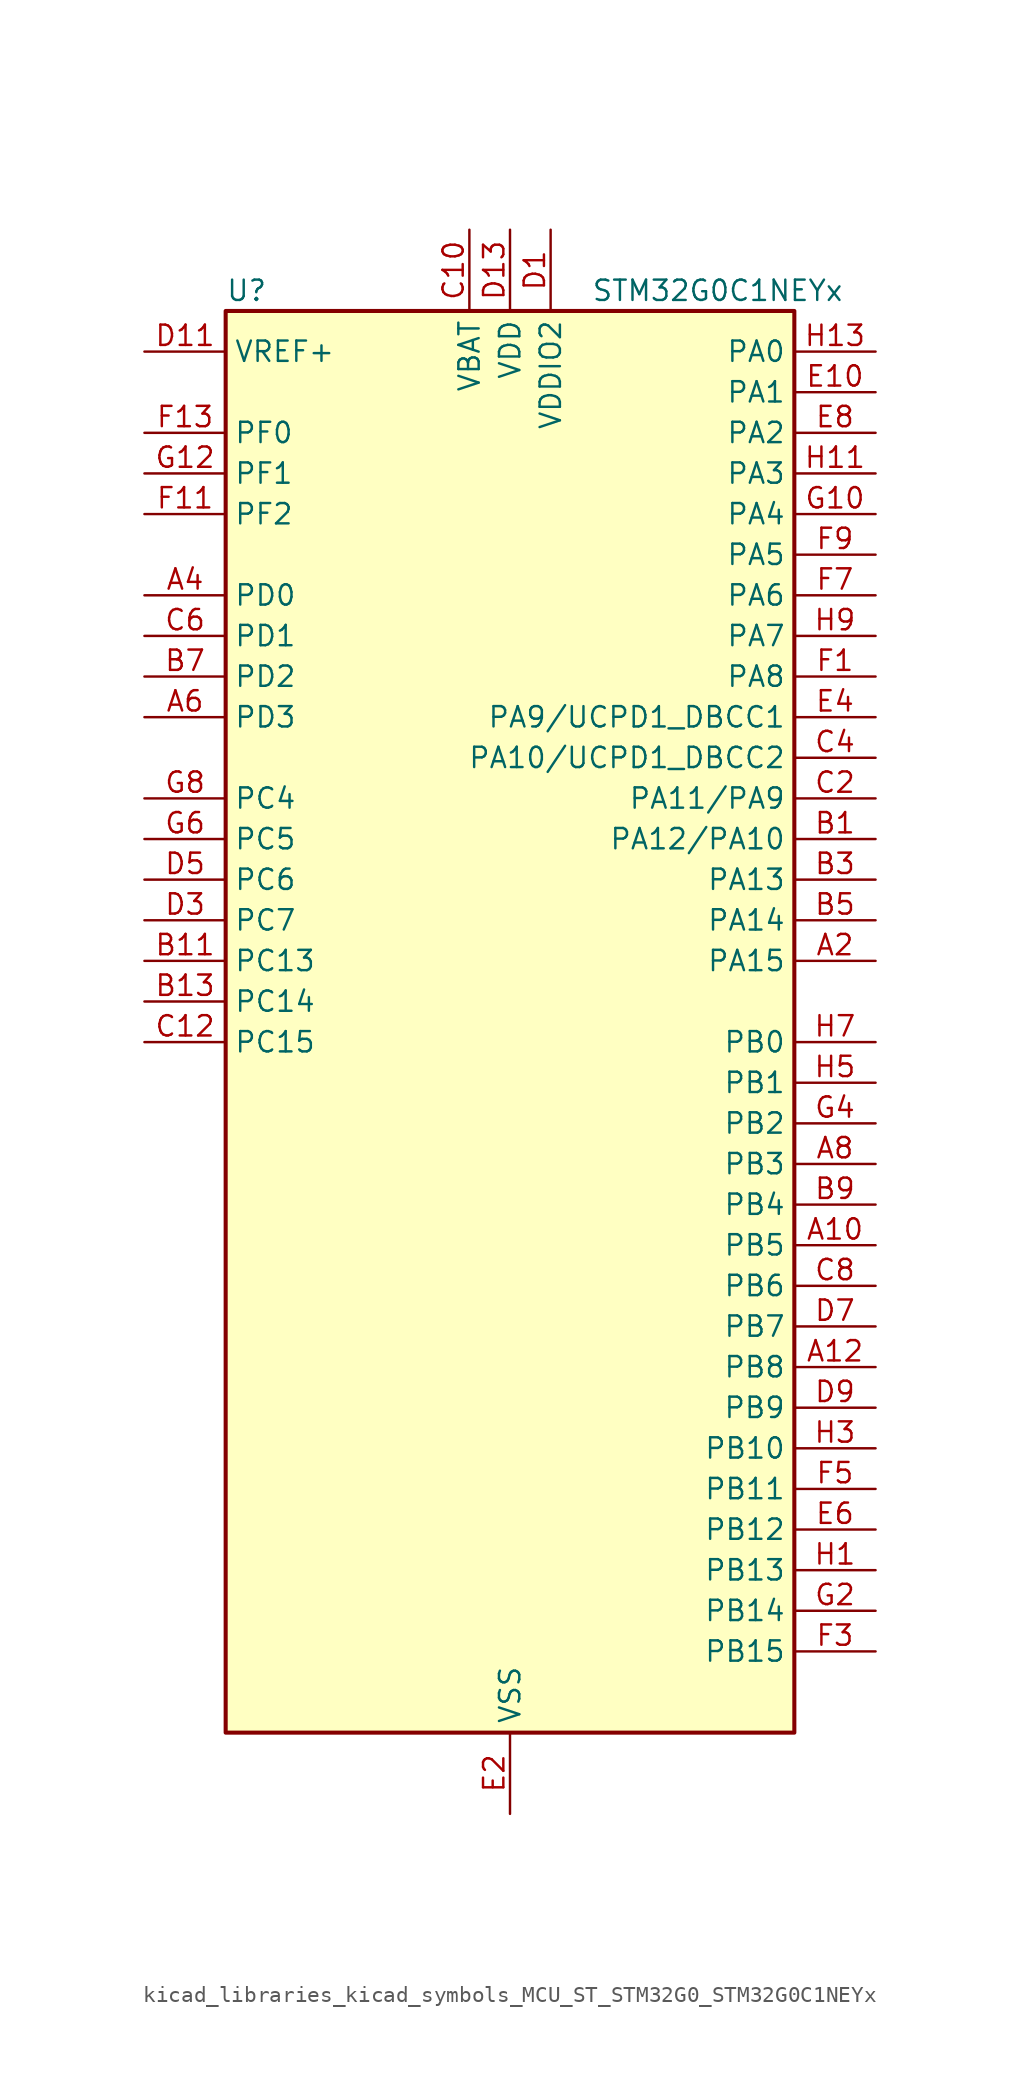
<source format=kicad_sym>
(kicad_symbol_lib
  (version 20220914)
  (generator kicad_symbol_editor)
  (symbol "kicad_libraries_kicad_symbols_MCU_ST_STM32G0_STM32G0C1NEYx"
    (property "Reference" "U"
      (at -17.78 46.99 0)
      (effects (font (size 1.27 1.27)) (justify left)))
    (property "Value" "STM32G0C1NEYx"
      (at 5.08 46.99 0)
      (effects (font (size 1.27 1.27)) (justify left)))
    (property "ki_locked" ""
      (at 0 0 0)
      (effects (font (size 1.27 1.27))))
    (symbol "kicad_libraries_kicad_symbols_MCU_ST_STM32G0_STM32G0C1NEYx_0_1"
      (rectangle (start -17.78 -43.18) (end 17.78 45.72) (stroke (width 0.254) (type default)) (fill (type background))))
    (symbol "kicad_libraries_kicad_symbols_MCU_ST_STM32G0_STM32G0C1NEYx_1_1"
      (pin bidirectional line (at 22.86 -12.7 180) (length 5.08) (name "PB5" (effects (font (size 1.27 1.27)))) (number "A10" (effects (font (size 1.27 1.27)))) (alternate "COMP2_OUT" bidirectional line) (alternate "FDCAN2_RX" bidirectional line) (alternate "I2C1_SMBA" bidirectional line) (alternate "I2S1_SD" bidirectional line) (alternate "LPTIM1_IN1" bidirectional line) (alternate "SPI1_MOSI" bidirectional line) (alternate "SPI3_MOSI" bidirectional line) (alternate "SYS_WKUP6" bidirectional line) (alternate "TIM16_BK" bidirectional line) (alternate "TIM3_CH2" bidirectional line) (alternate "USART5_CK" bidirectional line) (alternate "USART5_DE" bidirectional line) (alternate "USART5_RTS" bidirectional line))
      (pin bidirectional line (at 22.86 -20.32 180) (length 5.08) (name "PB8" (effects (font (size 1.27 1.27)))) (number "A12" (effects (font (size 1.27 1.27)))) (alternate "CEC" bidirectional line) (alternate "FDCAN1_RX" bidirectional line) (alternate "I2C1_SCL" bidirectional line) (alternate "I2S2_CK" bidirectional line) (alternate "SPI2_SCK" bidirectional line) (alternate "TIM15_BK" bidirectional line) (alternate "TIM16_CH1" bidirectional line) (alternate "TIM4_CH3" bidirectional line) (alternate "USART3_TX" bidirectional line) (alternate "USART6_TX" bidirectional line))
      (pin bidirectional line (at 22.86 5.08 180) (length 5.08) (name "PA15" (effects (font (size 1.27 1.27)))) (number "A2" (effects (font (size 1.27 1.27)))) (alternate "I2C2_SMBA" bidirectional line) (alternate "I2S1_WS" bidirectional line) (alternate "RCC_MCO_2" bidirectional line) (alternate "SPI1_NSS" bidirectional line) (alternate "SPI3_NSS" bidirectional line) (alternate "TIM2_CH1" bidirectional line) (alternate "TIM2_ETR" bidirectional line) (alternate "USART2_RX" bidirectional line) (alternate "USART3_CK" bidirectional line) (alternate "USART3_DE" bidirectional line) (alternate "USART3_RTS" bidirectional line) (alternate "USART4_CK" bidirectional line) (alternate "USART4_DE" bidirectional line) (alternate "USART4_RTS" bidirectional line) (alternate "USB_NOE" bidirectional line))
      (pin bidirectional line (at -22.86 27.94 0) (length 5.08) (name "PD0" (effects (font (size 1.27 1.27)))) (number "A4" (effects (font (size 1.27 1.27)))) (alternate "FDCAN1_RX" bidirectional line) (alternate "I2S2_WS" bidirectional line) (alternate "SPI2_NSS" bidirectional line) (alternate "TIM16_CH1" bidirectional line) (alternate "UCPD2_CC1" bidirectional line))
      (pin bidirectional line (at -22.86 20.32 0) (length 5.08) (name "PD3" (effects (font (size 1.27 1.27)))) (number "A6" (effects (font (size 1.27 1.27)))) (alternate "I2S2_MCK" bidirectional line) (alternate "SPI2_MISO" bidirectional line) (alternate "TIM1_CH2N" bidirectional line) (alternate "UCPD2_DBCC2" bidirectional line) (alternate "USART2_CTS" bidirectional line) (alternate "USART2_NSS" bidirectional line) (alternate "USART5_TX" bidirectional line))
      (pin bidirectional line (at 22.86 -7.62 180) (length 5.08) (name "PB3" (effects (font (size 1.27 1.27)))) (number "A8" (effects (font (size 1.27 1.27)))) (alternate "COMP2_INM" bidirectional line) (alternate "I2C2_SCL" bidirectional line) (alternate "I2C3_SCL" bidirectional line) (alternate "I2S1_CK" bidirectional line) (alternate "SPI1_SCK" bidirectional line) (alternate "SPI3_SCK" bidirectional line) (alternate "TIM1_CH2" bidirectional line) (alternate "TIM2_CH2" bidirectional line) (alternate "USART1_CK" bidirectional line) (alternate "USART1_DE" bidirectional line) (alternate "USART1_RTS" bidirectional line) (alternate "USART5_TX" bidirectional line))
      (pin bidirectional line (at 22.86 12.7 180) (length 5.08) (name "PA12/PA10" (effects (font (size 1.27 1.27)))) (number "B1" (effects (font (size 1.27 1.27)))) (alternate "COMP2_OUT" bidirectional line) (alternate "FDCAN1_TX" bidirectional line) (alternate "I2C2_SDA" bidirectional line) (alternate "I2S1_SD" bidirectional line) (alternate "I2S_CKIN" bidirectional line) (alternate "SPI1_MOSI" bidirectional line) (alternate "TIM1_ETR" bidirectional line) (alternate "USART1_CK" bidirectional line) (alternate "USART1_DE" bidirectional line) (alternate "USART1_RTS" bidirectional line) (alternate "USB_DP" bidirectional line))
      (pin bidirectional line (at -22.86 5.08 0) (length 5.08) (name "PC13" (effects (font (size 1.27 1.27)))) (number "B11" (effects (font (size 1.27 1.27)))) (alternate "RTC_OUT1" bidirectional line) (alternate "RTC_TAMP_IN1" bidirectional line) (alternate "RTC_TS" bidirectional line) (alternate "SYS_WKUP2" bidirectional line) (alternate "TIM1_BK" bidirectional line))
      (pin bidirectional line (at -22.86 2.54 0) (length 5.08) (name "PC14" (effects (font (size 1.27 1.27)))) (number "B13" (effects (font (size 1.27 1.27)))) (alternate "RCC_OSC32_IN" bidirectional line) (alternate "TIM1_BK2" bidirectional line))
      (pin bidirectional line (at 22.86 10.16 180) (length 5.08) (name "PA13" (effects (font (size 1.27 1.27)))) (number "B3" (effects (font (size 1.27 1.27)))) (alternate "IR_OUT" bidirectional line) (alternate "LPUART2_RX" bidirectional line) (alternate "SYS_SWDIO" bidirectional line) (alternate "USB_NOE" bidirectional line))
      (pin bidirectional line (at 22.86 7.62 180) (length 5.08) (name "PA14" (effects (font (size 1.27 1.27)))) (number "B5" (effects (font (size 1.27 1.27)))) (alternate "LPUART2_TX" bidirectional line) (alternate "SYS_SWCLK" bidirectional line) (alternate "USART2_TX" bidirectional line))
      (pin bidirectional line (at -22.86 22.86 0) (length 5.08) (name "PD2" (effects (font (size 1.27 1.27)))) (number "B7" (effects (font (size 1.27 1.27)))) (alternate "TIM1_CH1N" bidirectional line) (alternate "TIM3_ETR" bidirectional line) (alternate "UCPD2_CC2" bidirectional line) (alternate "USART3_CK" bidirectional line) (alternate "USART3_DE" bidirectional line) (alternate "USART3_RTS" bidirectional line) (alternate "USART5_RX" bidirectional line))
      (pin bidirectional line (at 22.86 -10.16 180) (length 5.08) (name "PB4" (effects (font (size 1.27 1.27)))) (number "B9" (effects (font (size 1.27 1.27)))) (alternate "COMP2_INP" bidirectional line) (alternate "I2C2_SDA" bidirectional line) (alternate "I2C3_SDA" bidirectional line) (alternate "I2S1_MCK" bidirectional line) (alternate "SPI1_MISO" bidirectional line) (alternate "SPI3_MISO" bidirectional line) (alternate "TIM17_BK" bidirectional line) (alternate "TIM3_CH1" bidirectional line) (alternate "USART1_CTS" bidirectional line) (alternate "USART1_NSS" bidirectional line) (alternate "USART5_RX" bidirectional line))
      (pin power_in line (at -2.54 50.8 270) (length 5.08) (name "VBAT" (effects (font (size 1.27 1.27)))) (number "C10" (effects (font (size 1.27 1.27)))))
      (pin bidirectional line (at -22.86 0 0) (length 5.08) (name "PC15" (effects (font (size 1.27 1.27)))) (number "C12" (effects (font (size 1.27 1.27)))) (alternate "RCC_OSC32_EN" bidirectional line) (alternate "RCC_OSC32_OUT" bidirectional line) (alternate "RCC_OSC_EN" bidirectional line) (alternate "TIM15_BK" bidirectional line))
      (pin bidirectional line (at 22.86 15.24 180) (length 5.08) (name "PA11/PA9" (effects (font (size 1.27 1.27)))) (number "C2" (effects (font (size 1.27 1.27)))) (alternate "ADC1_EXTI11" bidirectional line) (alternate "COMP1_OUT" bidirectional line) (alternate "FDCAN1_RX" bidirectional line) (alternate "I2C2_SCL" bidirectional line) (alternate "I2S1_MCK" bidirectional line) (alternate "SPI1_MISO" bidirectional line) (alternate "TIM1_BK2" bidirectional line) (alternate "TIM1_CH4" bidirectional line) (alternate "USART1_CTS" bidirectional line) (alternate "USART1_NSS" bidirectional line) (alternate "USB_DM" bidirectional line))
      (pin bidirectional line (at 22.86 17.78 180) (length 5.08) (name "PA10/UCPD1_DBCC2" (effects (font (size 1.27 1.27)))) (number "C4" (effects (font (size 1.27 1.27)))) (alternate "I2C1_SDA" bidirectional line) (alternate "I2C2_SDA" bidirectional line) (alternate "I2S2_SD" bidirectional line) (alternate "RCC_MCO_2" bidirectional line) (alternate "SPI2_MOSI" bidirectional line) (alternate "TIM17_BK" bidirectional line) (alternate "TIM1_CH3" bidirectional line) (alternate "UCPD1_DBCC2" bidirectional line) (alternate "USART1_RX" bidirectional line))
      (pin bidirectional line (at -22.86 25.4 0) (length 5.08) (name "PD1" (effects (font (size 1.27 1.27)))) (number "C6" (effects (font (size 1.27 1.27)))) (alternate "FDCAN1_TX" bidirectional line) (alternate "I2S2_CK" bidirectional line) (alternate "SPI2_SCK" bidirectional line) (alternate "TIM17_CH1" bidirectional line) (alternate "UCPD2_DBCC1" bidirectional line))
      (pin bidirectional line (at 22.86 -15.24 180) (length 5.08) (name "PB6" (effects (font (size 1.27 1.27)))) (number "C8" (effects (font (size 1.27 1.27)))) (alternate "COMP2_INP" bidirectional line) (alternate "FDCAN2_TX" bidirectional line) (alternate "I2C1_SCL" bidirectional line) (alternate "I2S2_MCK" bidirectional line) (alternate "LPTIM1_ETR" bidirectional line) (alternate "LPUART2_TX" bidirectional line) (alternate "SPI2_MISO" bidirectional line) (alternate "TIM16_CH1N" bidirectional line) (alternate "TIM1_CH3" bidirectional line) (alternate "TIM4_CH1" bidirectional line) (alternate "USART1_TX" bidirectional line) (alternate "USART5_CTS" bidirectional line) (alternate "USART5_NSS" bidirectional line))
      (pin power_in line (at 2.54 50.8 270) (length 5.08) (name "VDDIO2" (effects (font (size 1.27 1.27)))) (number "D1" (effects (font (size 1.27 1.27)))))
      (pin input line (at -22.86 43.18 0) (length 5.08) (name "VREF+" (effects (font (size 1.27 1.27)))) (number "D11" (effects (font (size 1.27 1.27)))) (alternate "VREFBUF_OUT" bidirectional line))
      (pin power_in line (at 0 50.8 270) (length 5.08) (name "VDD" (effects (font (size 1.27 1.27)))) (number "D13" (effects (font (size 1.27 1.27)))))
      (pin bidirectional line (at -22.86 7.62 0) (length 5.08) (name "PC7" (effects (font (size 1.27 1.27)))) (number "D3" (effects (font (size 1.27 1.27)))) (alternate "LPUART2_RX" bidirectional line) (alternate "TIM2_CH4" bidirectional line) (alternate "TIM3_CH2" bidirectional line) (alternate "UCPD2_FRSTX1" bidirectional line) (alternate "UCPD2_FRSTX2" bidirectional line))
      (pin bidirectional line (at -22.86 10.16 0) (length 5.08) (name "PC6" (effects (font (size 1.27 1.27)))) (number "D5" (effects (font (size 1.27 1.27)))) (alternate "LPUART2_TX" bidirectional line) (alternate "TIM2_CH3" bidirectional line) (alternate "TIM3_CH1" bidirectional line) (alternate "UCPD1_FRSTX1" bidirectional line) (alternate "UCPD1_FRSTX2" bidirectional line))
      (pin bidirectional line (at 22.86 -17.78 180) (length 5.08) (name "PB7" (effects (font (size 1.27 1.27)))) (number "D7" (effects (font (size 1.27 1.27)))) (alternate "COMP2_INM" bidirectional line) (alternate "I2C1_SDA" bidirectional line) (alternate "I2S2_SD" bidirectional line) (alternate "LPTIM1_IN2" bidirectional line) (alternate "LPUART2_RX" bidirectional line) (alternate "SPI2_MOSI" bidirectional line) (alternate "SYS_PVD_IN" bidirectional line) (alternate "TIM17_CH1N" bidirectional line) (alternate "TIM4_CH2" bidirectional line) (alternate "USART1_RX" bidirectional line) (alternate "USART4_CTS" bidirectional line) (alternate "USART4_NSS" bidirectional line))
      (pin bidirectional line (at 22.86 -22.86 180) (length 5.08) (name "PB9" (effects (font (size 1.27 1.27)))) (number "D9" (effects (font (size 1.27 1.27)))) (alternate "DAC1_EXTI9" bidirectional line) (alternate "FDCAN1_TX" bidirectional line) (alternate "I2C1_SDA" bidirectional line) (alternate "I2S2_WS" bidirectional line) (alternate "IR_OUT" bidirectional line) (alternate "SPI2_NSS" bidirectional line) (alternate "TIM17_CH1" bidirectional line) (alternate "TIM4_CH4" bidirectional line) (alternate "UCPD2_FRSTX1" bidirectional line) (alternate "UCPD2_FRSTX2" bidirectional line) (alternate "USART3_RX" bidirectional line) (alternate "USART6_RX" bidirectional line))
      (pin bidirectional line (at 22.86 40.64 180) (length 5.08) (name "PA1" (effects (font (size 1.27 1.27)))) (number "E10" (effects (font (size 1.27 1.27)))) (alternate "ADC1_IN1" bidirectional line) (alternate "COMP1_INP" bidirectional line) (alternate "I2C1_SMBA" bidirectional line) (alternate "I2S1_CK" bidirectional line) (alternate "SPI1_SCK" bidirectional line) (alternate "TIM15_CH1N" bidirectional line) (alternate "TIM2_CH2" bidirectional line) (alternate "USART2_CK" bidirectional line) (alternate "USART2_DE" bidirectional line) (alternate "USART2_RTS" bidirectional line) (alternate "USART4_RX" bidirectional line))
      (pin passive line (at 0 -48.26 90) (length 5.08) hide (name "VSS" (effects (font (size 1.27 1.27)))) (number "E12" (effects (font (size 1.27 1.27)))))
      (pin power_in line (at 0 -48.26 90) (length 5.08) (name "VSS" (effects (font (size 1.27 1.27)))) (number "E2" (effects (font (size 1.27 1.27)))))
      (pin bidirectional line (at 22.86 20.32 180) (length 5.08) (name "PA9/UCPD1_DBCC1" (effects (font (size 1.27 1.27)))) (number "E4" (effects (font (size 1.27 1.27)))) (alternate "DAC1_EXTI9" bidirectional line) (alternate "I2C1_SCL" bidirectional line) (alternate "I2C2_SCL" bidirectional line) (alternate "I2S2_MCK" bidirectional line) (alternate "RCC_MCO" bidirectional line) (alternate "SPI2_MISO" bidirectional line) (alternate "TIM15_BK" bidirectional line) (alternate "TIM1_CH2" bidirectional line) (alternate "UCPD1_DBCC1" bidirectional line) (alternate "USART1_TX" bidirectional line))
      (pin bidirectional line (at 22.86 -30.48 180) (length 5.08) (name "PB12" (effects (font (size 1.27 1.27)))) (number "E6" (effects (font (size 1.27 1.27)))) (alternate "ADC1_IN16" bidirectional line) (alternate "FDCAN2_RX" bidirectional line) (alternate "I2C2_SMBA" bidirectional line) (alternate "I2S2_WS" bidirectional line) (alternate "LPUART1_DE" bidirectional line) (alternate "LPUART1_RTS" bidirectional line) (alternate "SPI2_NSS" bidirectional line) (alternate "TIM15_BK" bidirectional line) (alternate "TIM1_BK" bidirectional line) (alternate "UCPD2_FRSTX1" bidirectional line) (alternate "UCPD2_FRSTX2" bidirectional line))
      (pin bidirectional line (at 22.86 38.1 180) (length 5.08) (name "PA2" (effects (font (size 1.27 1.27)))) (number "E8" (effects (font (size 1.27 1.27)))) (alternate "ADC1_IN2" bidirectional line) (alternate "COMP2_INM" bidirectional line) (alternate "COMP2_OUT" bidirectional line) (alternate "I2S1_SD" bidirectional line) (alternate "LPUART1_TX" bidirectional line) (alternate "RCC_LSCO" bidirectional line) (alternate "SPI1_MOSI" bidirectional line) (alternate "SYS_WKUP4" bidirectional line) (alternate "TIM15_CH1" bidirectional line) (alternate "TIM2_CH3" bidirectional line) (alternate "UCPD1_FRSTX1" bidirectional line) (alternate "UCPD1_FRSTX2" bidirectional line) (alternate "USART2_TX" bidirectional line))
      (pin bidirectional line (at 22.86 22.86 180) (length 5.08) (name "PA8" (effects (font (size 1.27 1.27)))) (number "F1" (effects (font (size 1.27 1.27)))) (alternate "CRS1_SYNC" bidirectional line) (alternate "I2C2_SMBA" bidirectional line) (alternate "I2S2_WS" bidirectional line) (alternate "LPTIM2_OUT" bidirectional line) (alternate "RCC_MCO" bidirectional line) (alternate "SPI2_NSS" bidirectional line) (alternate "TIM1_CH1" bidirectional line) (alternate "UCPD1_CC1" bidirectional line))
      (pin bidirectional line (at -22.86 33.02 0) (length 5.08) (name "PF2" (effects (font (size 1.27 1.27)))) (number "F11" (effects (font (size 1.27 1.27)))) (alternate "LPUART2_DE" bidirectional line) (alternate "LPUART2_RTS" bidirectional line) (alternate "LPUART2_TX" bidirectional line) (alternate "RCC_MCO" bidirectional line))
      (pin bidirectional line (at -22.86 38.1 0) (length 5.08) (name "PF0" (effects (font (size 1.27 1.27)))) (number "F13" (effects (font (size 1.27 1.27)))) (alternate "CRS1_SYNC" bidirectional line) (alternate "RCC_OSC_IN" bidirectional line) (alternate "TIM14_CH1" bidirectional line))
      (pin bidirectional line (at 22.86 -38.1 180) (length 5.08) (name "PB15" (effects (font (size 1.27 1.27)))) (number "F3" (effects (font (size 1.27 1.27)))) (alternate "I2S2_SD" bidirectional line) (alternate "RTC_REFIN" bidirectional line) (alternate "SPI2_MOSI" bidirectional line) (alternate "TIM15_CH1N" bidirectional line) (alternate "TIM15_CH2" bidirectional line) (alternate "TIM1_CH3N" bidirectional line) (alternate "UCPD1_CC2" bidirectional line) (alternate "USART6_CTS" bidirectional line) (alternate "USART6_NSS" bidirectional line))
      (pin bidirectional line (at 22.86 -27.94 180) (length 5.08) (name "PB11" (effects (font (size 1.27 1.27)))) (number "F5" (effects (font (size 1.27 1.27)))) (alternate "ADC1_EXTI11" bidirectional line) (alternate "ADC1_IN15" bidirectional line) (alternate "COMP2_OUT" bidirectional line) (alternate "I2C2_SDA" bidirectional line) (alternate "I2S2_SD" bidirectional line) (alternate "LPUART1_TX" bidirectional line) (alternate "SPI2_MOSI" bidirectional line) (alternate "TIM2_CH4" bidirectional line) (alternate "USART3_RX" bidirectional line))
      (pin bidirectional line (at 22.86 27.94 180) (length 5.08) (name "PA6" (effects (font (size 1.27 1.27)))) (number "F7" (effects (font (size 1.27 1.27)))) (alternate "ADC1_IN6" bidirectional line) (alternate "COMP1_OUT" bidirectional line) (alternate "I2C2_SDA" bidirectional line) (alternate "I2C3_SDA" bidirectional line) (alternate "I2S1_MCK" bidirectional line) (alternate "LPUART1_CTS" bidirectional line) (alternate "SPI1_MISO" bidirectional line) (alternate "TIM16_CH1" bidirectional line) (alternate "TIM1_BK" bidirectional line) (alternate "TIM3_CH1" bidirectional line) (alternate "USART3_CTS" bidirectional line) (alternate "USART3_NSS" bidirectional line) (alternate "USART6_CTS" bidirectional line) (alternate "USART6_NSS" bidirectional line))
      (pin bidirectional line (at 22.86 30.48 180) (length 5.08) (name "PA5" (effects (font (size 1.27 1.27)))) (number "F9" (effects (font (size 1.27 1.27)))) (alternate "ADC1_IN5" bidirectional line) (alternate "CEC" bidirectional line) (alternate "DAC1_OUT2" bidirectional line) (alternate "I2S1_CK" bidirectional line) (alternate "LPTIM2_ETR" bidirectional line) (alternate "SPI1_SCK" bidirectional line) (alternate "TIM2_CH1" bidirectional line) (alternate "TIM2_ETR" bidirectional line) (alternate "UCPD1_FRSTX1" bidirectional line) (alternate "UCPD1_FRSTX2" bidirectional line) (alternate "USART3_TX" bidirectional line) (alternate "USART6_RX" bidirectional line))
      (pin bidirectional line (at 22.86 33.02 180) (length 5.08) (name "PA4" (effects (font (size 1.27 1.27)))) (number "G10" (effects (font (size 1.27 1.27)))) (alternate "ADC1_IN4" bidirectional line) (alternate "DAC1_OUT1" bidirectional line) (alternate "I2S1_WS" bidirectional line) (alternate "I2S2_SD" bidirectional line) (alternate "LPTIM2_OUT" bidirectional line) (alternate "RTC_OUT2" bidirectional line) (alternate "SPI1_NSS" bidirectional line) (alternate "SPI2_MOSI" bidirectional line) (alternate "SPI3_NSS" bidirectional line) (alternate "TIM14_CH1" bidirectional line) (alternate "UCPD2_FRSTX1" bidirectional line) (alternate "UCPD2_FRSTX2" bidirectional line) (alternate "USART6_TX" bidirectional line) (alternate "USB_NOE" bidirectional line))
      (pin bidirectional line (at -22.86 35.56 0) (length 5.08) (name "PF1" (effects (font (size 1.27 1.27)))) (number "G12" (effects (font (size 1.27 1.27)))) (alternate "RCC_OSC_EN" bidirectional line) (alternate "RCC_OSC_OUT" bidirectional line) (alternate "TIM15_CH1N" bidirectional line))
      (pin bidirectional line (at 22.86 -35.56 180) (length 5.08) (name "PB14" (effects (font (size 1.27 1.27)))) (number "G2" (effects (font (size 1.27 1.27)))) (alternate "I2C2_SDA" bidirectional line) (alternate "I2S2_MCK" bidirectional line) (alternate "SPI2_MISO" bidirectional line) (alternate "TIM15_CH1" bidirectional line) (alternate "TIM1_CH2N" bidirectional line) (alternate "UCPD1_FRSTX1" bidirectional line) (alternate "UCPD1_FRSTX2" bidirectional line) (alternate "USART3_CK" bidirectional line) (alternate "USART3_DE" bidirectional line) (alternate "USART3_RTS" bidirectional line) (alternate "USART6_CK" bidirectional line) (alternate "USART6_DE" bidirectional line) (alternate "USART6_RTS" bidirectional line))
      (pin bidirectional line (at 22.86 -5.08 180) (length 5.08) (name "PB2" (effects (font (size 1.27 1.27)))) (number "G4" (effects (font (size 1.27 1.27)))) (alternate "ADC1_IN10" bidirectional line) (alternate "COMP1_INP" bidirectional line) (alternate "COMP3_INM" bidirectional line) (alternate "I2S2_MCK" bidirectional line) (alternate "LPTIM1_OUT" bidirectional line) (alternate "RCC_MCO_2" bidirectional line) (alternate "SPI2_MISO" bidirectional line) (alternate "USART3_TX" bidirectional line))
      (pin bidirectional line (at -22.86 12.7 0) (length 5.08) (name "PC5" (effects (font (size 1.27 1.27)))) (number "G6" (effects (font (size 1.27 1.27)))) (alternate "ADC1_IN18" bidirectional line) (alternate "COMP1_INP" bidirectional line) (alternate "FDCAN1_TX" bidirectional line) (alternate "SYS_WKUP5" bidirectional line) (alternate "TIM2_CH2" bidirectional line) (alternate "USART1_RX" bidirectional line) (alternate "USART3_RX" bidirectional line))
      (pin bidirectional line (at -22.86 15.24 0) (length 5.08) (name "PC4" (effects (font (size 1.27 1.27)))) (number "G8" (effects (font (size 1.27 1.27)))) (alternate "ADC1_IN17" bidirectional line) (alternate "COMP1_INM" bidirectional line) (alternate "FDCAN1_RX" bidirectional line) (alternate "TIM2_CH1" bidirectional line) (alternate "TIM2_ETR" bidirectional line) (alternate "USART1_TX" bidirectional line) (alternate "USART3_TX" bidirectional line))
      (pin bidirectional line (at 22.86 -33.02 180) (length 5.08) (name "PB13" (effects (font (size 1.27 1.27)))) (number "H1" (effects (font (size 1.27 1.27)))) (alternate "FDCAN2_TX" bidirectional line) (alternate "I2C2_SCL" bidirectional line) (alternate "I2S2_CK" bidirectional line) (alternate "LPUART1_CTS" bidirectional line) (alternate "SPI2_SCK" bidirectional line) (alternate "TIM15_CH1N" bidirectional line) (alternate "TIM1_CH1N" bidirectional line) (alternate "USART3_CTS" bidirectional line) (alternate "USART3_NSS" bidirectional line))
      (pin bidirectional line (at 22.86 35.56 180) (length 5.08) (name "PA3" (effects (font (size 1.27 1.27)))) (number "H11" (effects (font (size 1.27 1.27)))) (alternate "ADC1_IN3" bidirectional line) (alternate "COMP2_INP" bidirectional line) (alternate "I2S2_MCK" bidirectional line) (alternate "LPUART1_RX" bidirectional line) (alternate "SPI2_MISO" bidirectional line) (alternate "TIM15_CH2" bidirectional line) (alternate "TIM2_CH4" bidirectional line) (alternate "UCPD2_FRSTX1" bidirectional line) (alternate "UCPD2_FRSTX2" bidirectional line) (alternate "USART2_RX" bidirectional line))
      (pin bidirectional line (at 22.86 43.18 180) (length 5.08) (name "PA0" (effects (font (size 1.27 1.27)))) (number "H13" (effects (font (size 1.27 1.27)))) (alternate "ADC1_IN0" bidirectional line) (alternate "COMP1_INM" bidirectional line) (alternate "COMP1_OUT" bidirectional line) (alternate "I2S2_CK" bidirectional line) (alternate "LPTIM1_OUT" bidirectional line) (alternate "RTC_TAMP_IN2" bidirectional line) (alternate "SPI2_SCK" bidirectional line) (alternate "SYS_WKUP1" bidirectional line) (alternate "TIM2_CH1" bidirectional line) (alternate "TIM2_ETR" bidirectional line) (alternate "UCPD2_FRSTX1" bidirectional line) (alternate "UCPD2_FRSTX2" bidirectional line) (alternate "USART2_CTS" bidirectional line) (alternate "USART2_NSS" bidirectional line) (alternate "USART4_TX" bidirectional line))
      (pin bidirectional line (at 22.86 -25.4 180) (length 5.08) (name "PB10" (effects (font (size 1.27 1.27)))) (number "H3" (effects (font (size 1.27 1.27)))) (alternate "ADC1_IN11" bidirectional line) (alternate "CEC" bidirectional line) (alternate "COMP1_OUT" bidirectional line) (alternate "I2C2_SCL" bidirectional line) (alternate "I2S2_CK" bidirectional line) (alternate "LPUART1_RX" bidirectional line) (alternate "SPI2_SCK" bidirectional line) (alternate "TIM2_CH3" bidirectional line) (alternate "USART3_TX" bidirectional line))
      (pin bidirectional line (at 22.86 -2.54 180) (length 5.08) (name "PB1" (effects (font (size 1.27 1.27)))) (number "H5" (effects (font (size 1.27 1.27)))) (alternate "ADC1_IN9" bidirectional line) (alternate "COMP1_INM" bidirectional line) (alternate "COMP3_OUT" bidirectional line) (alternate "FDCAN2_TX" bidirectional line) (alternate "LPTIM2_IN1" bidirectional line) (alternate "LPUART1_DE" bidirectional line) (alternate "LPUART1_RTS" bidirectional line) (alternate "LPUART2_DE" bidirectional line) (alternate "LPUART2_RTS" bidirectional line) (alternate "TIM14_CH1" bidirectional line) (alternate "TIM1_CH3N" bidirectional line) (alternate "TIM3_CH4" bidirectional line) (alternate "USART3_CK" bidirectional line) (alternate "USART3_DE" bidirectional line) (alternate "USART3_RTS" bidirectional line) (alternate "USART5_RX" bidirectional line))
      (pin bidirectional line (at 22.86 0 180) (length 5.08) (name "PB0" (effects (font (size 1.27 1.27)))) (number "H7" (effects (font (size 1.27 1.27)))) (alternate "ADC1_IN8" bidirectional line) (alternate "COMP1_OUT" bidirectional line) (alternate "COMP3_INP" bidirectional line) (alternate "FDCAN2_RX" bidirectional line) (alternate "I2S1_WS" bidirectional line) (alternate "LPTIM1_OUT" bidirectional line) (alternate "LPUART2_CTS" bidirectional line) (alternate "SPI1_NSS" bidirectional line) (alternate "TIM1_CH2N" bidirectional line) (alternate "TIM3_CH3" bidirectional line) (alternate "UCPD1_FRSTX1" bidirectional line) (alternate "UCPD1_FRSTX2" bidirectional line) (alternate "USART3_RX" bidirectional line) (alternate "USART5_TX" bidirectional line))
      (pin bidirectional line (at 22.86 25.4 180) (length 5.08) (name "PA7" (effects (font (size 1.27 1.27)))) (number "H9" (effects (font (size 1.27 1.27)))) (alternate "ADC1_IN7" bidirectional line) (alternate "COMP2_OUT" bidirectional line) (alternate "I2C2_SCL" bidirectional line) (alternate "I2C3_SCL" bidirectional line) (alternate "I2S1_SD" bidirectional line) (alternate "SPI1_MOSI" bidirectional line) (alternate "TIM14_CH1" bidirectional line) (alternate "TIM17_CH1" bidirectional line) (alternate "TIM1_CH1N" bidirectional line) (alternate "TIM3_CH2" bidirectional line) (alternate "UCPD1_FRSTX1" bidirectional line) (alternate "UCPD1_FRSTX2" bidirectional line) (alternate "USART6_CK" bidirectional line) (alternate "USART6_DE" bidirectional line) (alternate "USART6_RTS" bidirectional line)))))
</source>
